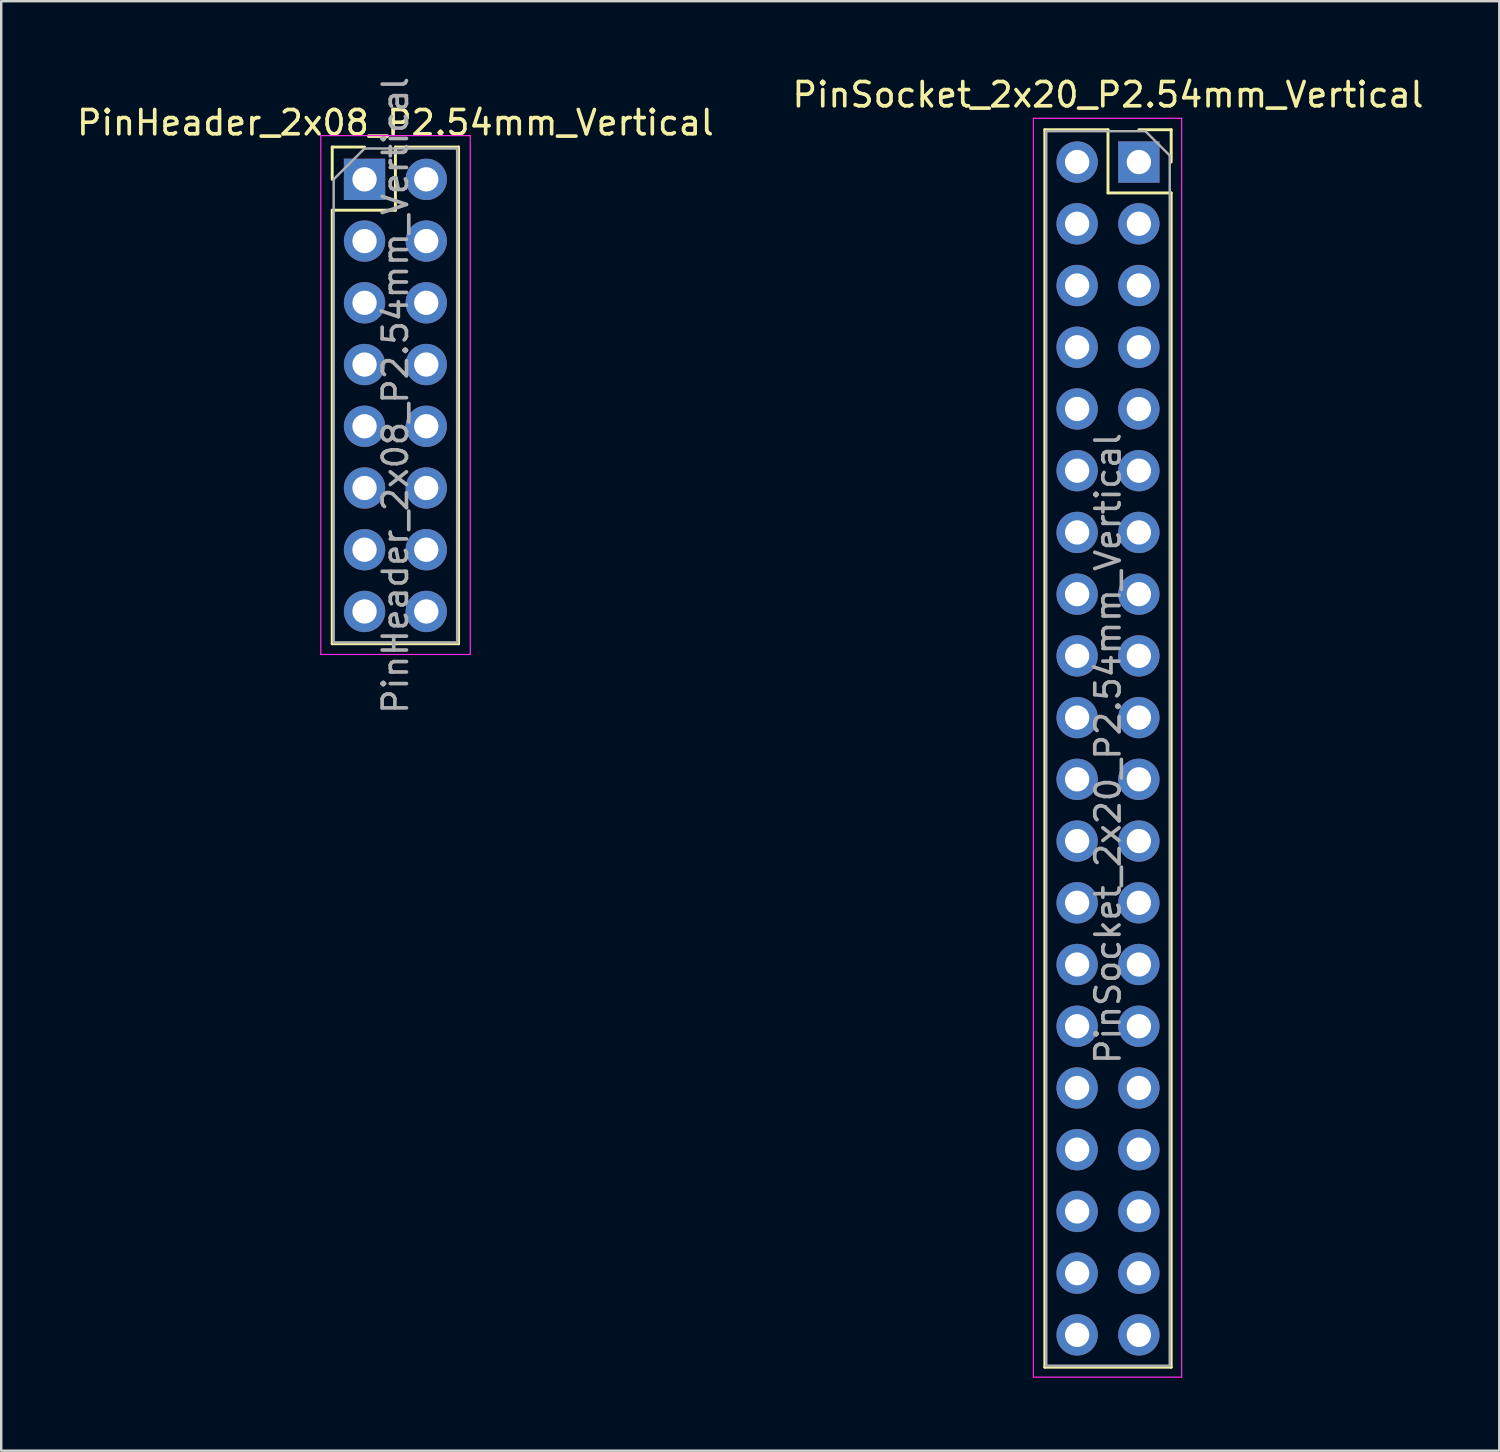
<source format=kicad_pcb>
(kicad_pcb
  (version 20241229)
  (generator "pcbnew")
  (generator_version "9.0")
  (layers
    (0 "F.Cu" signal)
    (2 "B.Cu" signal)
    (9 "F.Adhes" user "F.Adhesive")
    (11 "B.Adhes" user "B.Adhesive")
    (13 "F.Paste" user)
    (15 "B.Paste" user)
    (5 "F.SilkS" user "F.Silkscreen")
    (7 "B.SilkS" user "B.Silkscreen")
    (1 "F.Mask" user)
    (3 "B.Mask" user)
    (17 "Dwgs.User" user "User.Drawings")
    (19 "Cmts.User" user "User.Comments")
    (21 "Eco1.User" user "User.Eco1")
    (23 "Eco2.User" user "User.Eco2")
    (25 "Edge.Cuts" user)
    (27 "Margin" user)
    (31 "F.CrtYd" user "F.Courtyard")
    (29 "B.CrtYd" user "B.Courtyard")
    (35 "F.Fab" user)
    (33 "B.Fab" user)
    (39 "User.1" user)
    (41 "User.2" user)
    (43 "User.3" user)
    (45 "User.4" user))
  (footprint "PinSocket_2x20_P2.54mm_Vertical"
    (layer "F.Cu")
    (at 43.812 3.618)
    (property "Reference" "PinSocket_2x20_P2.54mm_Vertical" (at -1.27 -2.77 180) (layer "F.SilkS") (effects (font (size 1 1) (thickness 0.15))))
    (attr through_hole)
    (fp_line (start -3.87 -1.33) (end -3.87 49.59) (stroke (width 0.12) (type solid)) (layer "F.SilkS"))
    (fp_line (start -3.87 -1.33) (end -1.27 -1.33) (stroke (width 0.12) (type solid)) (layer "F.SilkS"))
    (fp_line (start -3.87 49.59) (end 1.33 49.59) (stroke (width 0.12) (type solid)) (layer "F.SilkS"))
    (fp_line (start -1.27 -1.33) (end -1.27 1.27) (stroke (width 0.12) (type solid)) (layer "F.SilkS"))
    (fp_line (start -1.27 1.27) (end 1.33 1.27) (stroke (width 0.12) (type solid)) (layer "F.SilkS"))
    (fp_line (start 0 -1.33) (end 1.33 -1.33) (stroke (width 0.12) (type solid)) (layer "F.SilkS"))
    (fp_line (start 1.33 -1.33) (end 1.33 0) (stroke (width 0.12) (type solid)) (layer "F.SilkS"))
    (fp_line (start 1.33 1.27) (end 1.33 49.59) (stroke (width 0.12) (type solid)) (layer "F.SilkS"))
    (fp_line (start -4.34 -1.8) (end 1.76 -1.8) (stroke (width 0.05) (type solid)) (layer "F.CrtYd"))
    (fp_line (start -4.34 50) (end -4.34 -1.8) (stroke (width 0.05) (type solid)) (layer "F.CrtYd"))
    (fp_line (start 1.76 -1.8) (end 1.76 50) (stroke (width 0.05) (type solid)) (layer "F.CrtYd"))
    (fp_line (start 1.76 50) (end -4.34 50) (stroke (width 0.05) (type solid)) (layer "F.CrtYd"))
    (fp_line (start -3.81 -1.27) (end 0.27 -1.27) (stroke (width 0.1) (type solid)) (layer "F.Fab"))
    (fp_line (start -3.81 49.53) (end -3.81 -1.27) (stroke (width 0.1) (type solid)) (layer "F.Fab"))
    (fp_line (start 0.27 -1.27) (end 1.27 -0.27) (stroke (width 0.1) (type solid)) (layer "F.Fab"))
    (fp_line (start 1.27 -0.27) (end 1.27 49.53) (stroke (width 0.1) (type solid)) (layer "F.Fab"))
    (fp_line (start 1.27 49.53) (end -3.81 49.53) (stroke (width 0.1) (type solid)) (layer "F.Fab"))
    (fp_text user "${REFERENCE}" (at -1.27 24.13 90) (layer "F.Fab") (effects (font (size 1 1) (thickness 0.15))))
    (pad "1" thru_hole rect (at 0 0) (size 1.7 1.7) (drill 1) (layers "*.Cu" "*.Mask"))
    (pad "2" thru_hole oval (at -2.54 0) (size 1.7 1.7) (drill 1) (layers "*.Cu" "*.Mask"))
    (pad "3" thru_hole oval (at 0 2.54) (size 1.7 1.7) (drill 1) (layers "*.Cu" "*.Mask"))
    (pad "4" thru_hole oval (at -2.54 2.54) (size 1.7 1.7) (drill 1) (layers "*.Cu" "*.Mask"))
    (pad "5" thru_hole oval (at 0 5.08) (size 1.7 1.7) (drill 1) (layers "*.Cu" "*.Mask"))
    (pad "6" thru_hole oval (at -2.54 5.08) (size 1.7 1.7) (drill 1) (layers "*.Cu" "*.Mask"))
    (pad "7" thru_hole oval (at 0 7.62) (size 1.7 1.7) (drill 1) (layers "*.Cu" "*.Mask"))
    (pad "8" thru_hole oval (at -2.54 7.62) (size 1.7 1.7) (drill 1) (layers "*.Cu" "*.Mask"))
    (pad "9" thru_hole oval (at 0 10.16) (size 1.7 1.7) (drill 1) (layers "*.Cu" "*.Mask"))
    (pad "10" thru_hole oval (at -2.54 10.16) (size 1.7 1.7) (drill 1) (layers "*.Cu" "*.Mask"))
    (pad "11" thru_hole oval (at 0 12.7) (size 1.7 1.7) (drill 1) (layers "*.Cu" "*.Mask"))
    (pad "12" thru_hole oval (at -2.54 12.7) (size 1.7 1.7) (drill 1) (layers "*.Cu" "*.Mask"))
    (pad "13" thru_hole oval (at 0 15.24) (size 1.7 1.7) (drill 1) (layers "*.Cu" "*.Mask"))
    (pad "14" thru_hole oval (at -2.54 15.24) (size 1.7 1.7) (drill 1) (layers "*.Cu" "*.Mask"))
    (pad "15" thru_hole oval (at 0 17.78) (size 1.7 1.7) (drill 1) (layers "*.Cu" "*.Mask"))
    (pad "16" thru_hole oval (at -2.54 17.78) (size 1.7 1.7) (drill 1) (layers "*.Cu" "*.Mask"))
    (pad "17" thru_hole oval (at 0 20.32) (size 1.7 1.7) (drill 1) (layers "*.Cu" "*.Mask"))
    (pad "18" thru_hole oval (at -2.54 20.32) (size 1.7 1.7) (drill 1) (layers "*.Cu" "*.Mask"))
    (pad "19" thru_hole oval (at 0 22.86) (size 1.7 1.7) (drill 1) (layers "*.Cu" "*.Mask"))
    (pad "20" thru_hole oval (at -2.54 22.86) (size 1.7 1.7) (drill 1) (layers "*.Cu" "*.Mask"))
    (pad "21" thru_hole oval (at 0 25.4) (size 1.7 1.7) (drill 1) (layers "*.Cu" "*.Mask"))
    (pad "22" thru_hole oval (at -2.54 25.4) (size 1.7 1.7) (drill 1) (layers "*.Cu" "*.Mask"))
    (pad "23" thru_hole oval (at 0 27.94) (size 1.7 1.7) (drill 1) (layers "*.Cu" "*.Mask"))
    (pad "24" thru_hole oval (at -2.54 27.94) (size 1.7 1.7) (drill 1) (layers "*.Cu" "*.Mask"))
    (pad "25" thru_hole oval (at 0 30.48) (size 1.7 1.7) (drill 1) (layers "*.Cu" "*.Mask"))
    (pad "26" thru_hole oval (at -2.54 30.48) (size 1.7 1.7) (drill 1) (layers "*.Cu" "*.Mask"))
    (pad "27" thru_hole oval (at 0 33.02) (size 1.7 1.7) (drill 1) (layers "*.Cu" "*.Mask"))
    (pad "28" thru_hole oval (at -2.54 33.02) (size 1.7 1.7) (drill 1) (layers "*.Cu" "*.Mask"))
    (pad "29" thru_hole oval (at 0 35.56) (size 1.7 1.7) (drill 1) (layers "*.Cu" "*.Mask"))
    (pad "30" thru_hole oval (at -2.54 35.56) (size 1.7 1.7) (drill 1) (layers "*.Cu" "*.Mask"))
    (pad "31" thru_hole oval (at 0 38.1) (size 1.7 1.7) (drill 1) (layers "*.Cu" "*.Mask"))
    (pad "32" thru_hole oval (at -2.54 38.1) (size 1.7 1.7) (drill 1) (layers "*.Cu" "*.Mask"))
    (pad "33" thru_hole oval (at 0 40.64) (size 1.7 1.7) (drill 1) (layers "*.Cu" "*.Mask"))
    (pad "34" thru_hole oval (at -2.54 40.64) (size 1.7 1.7) (drill 1) (layers "*.Cu" "*.Mask"))
    (pad "35" thru_hole oval (at 0 43.18) (size 1.7 1.7) (drill 1) (layers "*.Cu" "*.Mask"))
    (pad "36" thru_hole oval (at -2.54 43.18) (size 1.7 1.7) (drill 1) (layers "*.Cu" "*.Mask"))
    (pad "37" thru_hole oval (at 0 45.72) (size 1.7 1.7) (drill 1) (layers "*.Cu" "*.Mask"))
    (pad "38" thru_hole oval (at -2.54 45.72) (size 1.7 1.7) (drill 1) (layers "*.Cu" "*.Mask"))
    (pad "39" thru_hole oval (at 0 48.26) (size 1.7 1.7) (drill 1) (layers "*.Cu" "*.Mask"))
    (pad "40" thru_hole oval (at -2.54 48.26) (size 1.7 1.7) (drill 1) (layers "*.Cu" "*.Mask")))
  (footprint "PinHeader_2x08_P2.54mm_Vertical"
    (layer "F.Cu")
    (at 11.95 4.33)
    (property "Reference" "PinHeader_2x08_P2.54mm_Vertical" (at 1.27 -2.33 180) (layer "F.SilkS") (effects (font (size 1 1) (thickness 0.15))))
    (attr through_hole)
    (fp_line (start -1.33 -1.33) (end 0 -1.33) (stroke (width 0.12) (type solid)) (layer "F.SilkS"))
    (fp_line (start -1.33 0) (end -1.33 -1.33) (stroke (width 0.12) (type solid)) (layer "F.SilkS"))
    (fp_line (start -1.33 1.27) (end -1.33 19.11) (stroke (width 0.12) (type solid)) (layer "F.SilkS"))
    (fp_line (start -1.33 1.27) (end 1.27 1.27) (stroke (width 0.12) (type solid)) (layer "F.SilkS"))
    (fp_line (start -1.33 19.11) (end 3.87 19.11) (stroke (width 0.12) (type solid)) (layer "F.SilkS"))
    (fp_line (start 1.27 -1.33) (end 3.87 -1.33) (stroke (width 0.12) (type solid)) (layer "F.SilkS"))
    (fp_line (start 1.27 1.27) (end 1.27 -1.33) (stroke (width 0.12) (type solid)) (layer "F.SilkS"))
    (fp_line (start 3.87 -1.33) (end 3.87 19.11) (stroke (width 0.12) (type solid)) (layer "F.SilkS"))
    (fp_line (start -1.8 -1.8) (end -1.8 19.55) (stroke (width 0.05) (type solid)) (layer "F.CrtYd"))
    (fp_line (start -1.8 19.55) (end 4.35 19.55) (stroke (width 0.05) (type solid)) (layer "F.CrtYd"))
    (fp_line (start 4.35 -1.8) (end -1.8 -1.8) (stroke (width 0.05) (type solid)) (layer "F.CrtYd"))
    (fp_line (start 4.35 19.55) (end 4.35 -1.8) (stroke (width 0.05) (type solid)) (layer "F.CrtYd"))
    (fp_line (start -1.27 0) (end 0 -1.27) (stroke (width 0.1) (type solid)) (layer "F.Fab"))
    (fp_line (start -1.27 19.05) (end -1.27 0) (stroke (width 0.1) (type solid)) (layer "F.Fab"))
    (fp_line (start 0 -1.27) (end 3.81 -1.27) (stroke (width 0.1) (type solid)) (layer "F.Fab"))
    (fp_line (start 3.81 -1.27) (end 3.81 19.05) (stroke (width 0.1) (type solid)) (layer "F.Fab"))
    (fp_line (start 3.81 19.05) (end -1.27 19.05) (stroke (width 0.1) (type solid)) (layer "F.Fab"))
    (fp_text user "${REFERENCE}" (at 1.27 8.89 90) (layer "F.Fab") (effects (font (size 1 1) (thickness 0.15))))
    (pad "1" thru_hole rect (at 0 0) (size 1.7 1.7) (drill 1) (layers "*.Cu" "*.Mask"))
    (pad "2" thru_hole oval (at 2.54 0) (size 1.7 1.7) (drill 1) (layers "*.Cu" "*.Mask"))
    (pad "3" thru_hole oval (at 0 2.54) (size 1.7 1.7) (drill 1) (layers "*.Cu" "*.Mask"))
    (pad "4" thru_hole oval (at 2.54 2.54) (size 1.7 1.7) (drill 1) (layers "*.Cu" "*.Mask"))
    (pad "5" thru_hole oval (at 0 5.08) (size 1.7 1.7) (drill 1) (layers "*.Cu" "*.Mask"))
    (pad "6" thru_hole oval (at 2.54 5.08) (size 1.7 1.7) (drill 1) (layers "*.Cu" "*.Mask"))
    (pad "7" thru_hole oval (at 0 7.62) (size 1.7 1.7) (drill 1) (layers "*.Cu" "*.Mask"))
    (pad "8" thru_hole oval (at 2.54 7.62) (size 1.7 1.7) (drill 1) (layers "*.Cu" "*.Mask"))
    (pad "9" thru_hole oval (at 0 10.16) (size 1.7 1.7) (drill 1) (layers "*.Cu" "*.Mask"))
    (pad "10" thru_hole oval (at 2.54 10.16) (size 1.7 1.7) (drill 1) (layers "*.Cu" "*.Mask"))
    (pad "11" thru_hole oval (at 0 12.7) (size 1.7 1.7) (drill 1) (layers "*.Cu" "*.Mask"))
    (pad "12" thru_hole oval (at 2.54 12.7) (size 1.7 1.7) (drill 1) (layers "*.Cu" "*.Mask"))
    (pad "13" thru_hole oval (at 0 15.24) (size 1.7 1.7) (drill 1) (layers "*.Cu" "*.Mask"))
    (pad "14" thru_hole oval (at 2.54 15.24) (size 1.7 1.7) (drill 1) (layers "*.Cu" "*.Mask"))
    (pad "15" thru_hole oval (at 0 17.78) (size 1.7 1.7) (drill 1) (layers "*.Cu" "*.Mask"))
    (pad "16" thru_hole oval (at 2.54 17.78) (size 1.7 1.7) (drill 1) (layers "*.Cu" "*.Mask")))
  (gr_rect
    (start -3 -3)
    (end 58.643 56.643)
    (stroke (width 0.1) (type default))
    (fill no)
    (layer "Edge.Cuts")))
</source>
